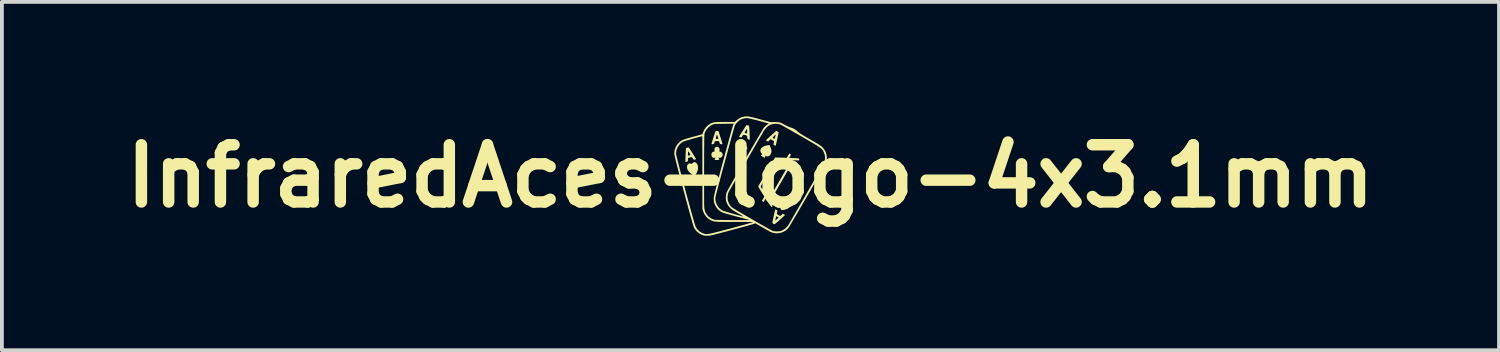
<source format=kicad_pcb>
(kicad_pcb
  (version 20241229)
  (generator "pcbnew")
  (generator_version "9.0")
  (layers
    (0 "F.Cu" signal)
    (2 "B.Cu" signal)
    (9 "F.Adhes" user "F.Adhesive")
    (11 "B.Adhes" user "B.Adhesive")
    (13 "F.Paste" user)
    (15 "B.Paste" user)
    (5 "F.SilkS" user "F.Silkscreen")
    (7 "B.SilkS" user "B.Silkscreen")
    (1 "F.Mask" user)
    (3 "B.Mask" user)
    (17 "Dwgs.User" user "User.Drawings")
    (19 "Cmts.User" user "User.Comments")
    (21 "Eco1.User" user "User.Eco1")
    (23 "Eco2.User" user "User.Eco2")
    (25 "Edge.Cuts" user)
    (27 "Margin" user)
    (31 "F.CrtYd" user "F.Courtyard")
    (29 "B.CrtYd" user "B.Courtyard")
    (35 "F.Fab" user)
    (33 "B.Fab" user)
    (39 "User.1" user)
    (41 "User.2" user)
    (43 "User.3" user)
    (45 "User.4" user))
  (footprint "InfraredAces-logo-4x3.1mm"
    (layer "F.Cu")
    (at 16.621 1.566)
    (property "Reference" "InfraredAces-logo-4x3.1mm" (at 0 0 0) (layer "F.SilkS") (effects (font (size 1.5 1.5) (thickness 0.3))))
    (attr board_only exclude_from_pos_files exclude_from_bom)
    (fp_poly (pts (xy -1.44 -0.357) (xy -1.429 -0.351) (xy -1.4 -0.324) (xy -1.382 -0.287) (xy -1.374 -0.238) (xy -1.374 -0.205) (xy -1.377 -0.173) (xy -1.383 -0.146) (xy -1.394 -0.118) (xy -1.41 -0.084) (xy -1.412 -0.079) (xy -1.428 -0.05) (xy -1.443 -0.027) (xy -1.455 -0.012) (xy -1.459 -0.01) (xy -1.471 -0.013) (xy -1.491 -0.023) (xy -1.518 -0.038) (xy -1.529 -0.045) (xy -1.574 -0.077) (xy -1.607 -0.108) (xy -1.633 -0.142) (xy -1.647 -0.166) (xy -1.66 -0.204) (xy -1.663 -0.243) (xy -1.657 -0.278) (xy -1.641 -0.307) (xy -1.62 -0.325) (xy -1.599 -0.331) (xy -1.575 -0.331) (xy -1.555 -0.326) (xy -1.548 -0.32) (xy -1.541 -0.321) (xy -1.527 -0.331) (xy -1.518 -0.34) (xy -1.492 -0.36) (xy -1.467 -0.365)) (stroke (width 0) (type solid)) (fill yes) (layer "F.SilkS"))
    (fp_poly (pts (xy 0.946 0.564) (xy 0.971 0.576) (xy 0.99 0.587) (xy 1.019 0.607) (xy 1.033 0.622) (xy 1.033 0.634) (xy 1.02 0.645) (xy 1.014 0.647) (xy 0.99 0.657) (xy 1.012 0.671) (xy 1.037 0.694) (xy 1.049 0.724) (xy 1.049 0.758) (xy 1.037 0.792) (xy 1.02 0.816) (xy 0.997 0.838) (xy 0.97 0.856) (xy 0.936 0.87) (xy 0.892 0.882) (xy 0.836 0.892) (xy 0.818 0.893) (xy 0.806 0.885) (xy 0.8 0.875) (xy 0.792 0.855) (xy 0.782 0.827) (xy 0.772 0.795) (xy 0.764 0.764) (xy 0.758 0.74) (xy 0.757 0.728) (xy 0.762 0.689) (xy 0.777 0.654) (xy 0.8 0.626) (xy 0.827 0.606) (xy 0.857 0.596) (xy 0.888 0.599) (xy 0.896 0.603) (xy 0.92 0.615) (xy 0.92 0.588) (xy 0.923 0.57) (xy 0.931 0.563)) (stroke (width 0) (type solid)) (fill yes) (layer "F.SilkS"))
    (fp_poly (pts (xy 0.52 -0.771) (xy 0.536 -0.726) (xy 0.546 -0.691) (xy 0.551 -0.664) (xy 0.551 -0.639) (xy 0.547 -0.615) (xy 0.546 -0.612) (xy 0.532 -0.574) (xy 0.51 -0.544) (xy 0.483 -0.524) (xy 0.453 -0.515) (xy 0.422 -0.52) (xy 0.412 -0.525) (xy 0.391 -0.537) (xy 0.388 -0.509) (xy 0.385 -0.49) (xy 0.379 -0.48) (xy 0.378 -0.479) (xy 0.368 -0.482) (xy 0.349 -0.491) (xy 0.324 -0.505) (xy 0.322 -0.506) (xy 0.293 -0.524) (xy 0.278 -0.538) (xy 0.275 -0.549) (xy 0.284 -0.559) (xy 0.29 -0.562) (xy 0.307 -0.571) (xy 0.31 -0.578) (xy 0.3 -0.588) (xy 0.294 -0.593) (xy 0.278 -0.611) (xy 0.265 -0.635) (xy 0.265 -0.637) (xy 0.26 -0.674) (xy 0.269 -0.708) (xy 0.292 -0.74) (xy 0.326 -0.767) (xy 0.37 -0.788) (xy 0.424 -0.803) (xy 0.461 -0.809) (xy 0.505 -0.813)) (stroke (width 0) (type solid)) (fill yes) (layer "F.SilkS"))
    (fp_poly (pts (xy -0.167 -0.921) (xy -0.159 -0.904) (xy -0.156 -0.895) (xy -0.148 -0.873) (xy -0.135 -0.842) (xy -0.119 -0.809) (xy -0.112 -0.795) (xy -0.098 -0.766) (xy -0.086 -0.742) (xy -0.079 -0.727) (xy -0.078 -0.724) (xy -0.084 -0.718) (xy -0.1 -0.707) (xy -0.123 -0.692) (xy -0.126 -0.69) (xy -0.158 -0.669) (xy -0.193 -0.644) (xy -0.216 -0.627) (xy -0.237 -0.61) (xy -0.254 -0.597) (xy -0.263 -0.593) (xy -0.263 -0.593) (xy -0.269 -0.599) (xy -0.278 -0.617) (xy -0.288 -0.641) (xy -0.302 -0.676) (xy -0.319 -0.714) (xy -0.332 -0.739) (xy -0.345 -0.765) (xy -0.355 -0.786) (xy -0.359 -0.798) (xy -0.359 -0.798) (xy -0.352 -0.808) (xy -0.337 -0.819) (xy -0.333 -0.82) (xy -0.316 -0.83) (xy -0.291 -0.847) (xy -0.261 -0.867) (xy -0.244 -0.88) (xy -0.216 -0.9) (xy -0.193 -0.916) (xy -0.178 -0.926) (xy -0.173 -0.928)) (stroke (width 0) (type solid)) (fill yes) (layer "F.SilkS"))
    (fp_poly (pts (xy -0.786 -1.018) (xy -0.771 -0.969) (xy -0.757 -0.926) (xy -0.746 -0.889) (xy -0.738 -0.862) (xy -0.734 -0.846) (xy -0.733 -0.844) (xy -0.739 -0.837) (xy -0.757 -0.835) (xy -0.766 -0.836) (xy -0.785 -0.838) (xy -0.796 -0.844) (xy -0.804 -0.858) (xy -0.811 -0.877) (xy -0.824 -0.916) (xy -0.877 -0.916) (xy -0.931 -0.916) (xy -0.944 -0.877) (xy -0.952 -0.855) (xy -0.96 -0.843) (xy -0.972 -0.838) (xy -0.989 -0.836) (xy -1.012 -0.836) (xy -1.021 -0.841) (xy -1.021 -0.844) (xy -1.019 -0.854) (xy -1.012 -0.877) (xy -1.002 -0.909) (xy -0.99 -0.95) (xy -0.98 -0.98) (xy -0.91 -0.98) (xy -0.902 -0.976) (xy -0.882 -0.975) (xy -0.878 -0.975) (xy -0.857 -0.976) (xy -0.844 -0.978) (xy -0.842 -0.979) (xy -0.844 -0.99) (xy -0.85 -1.009) (xy -0.857 -1.033) (xy -0.865 -1.058) (xy -0.872 -1.078) (xy -0.877 -1.09) (xy -0.878 -1.092) (xy -0.881 -1.085) (xy -0.887 -1.067) (xy -0.893 -1.047) (xy -0.9 -1.02) (xy -0.907 -0.998) (xy -0.91 -0.988) (xy -0.91 -0.98) (xy -0.98 -0.98) (xy -0.975 -0.997) (xy -0.968 -1.018) (xy -0.915 -1.181) (xy -0.877 -1.181) (xy -0.839 -1.181)) (stroke (width 0) (type solid)) (fill yes) (layer "F.SilkS"))
    (fp_poly (pts (xy -0.848 -0.763) (xy -0.828 -0.747) (xy -0.813 -0.723) (xy -0.807 -0.693) (xy -0.813 -0.661) (xy -0.813 -0.659) (xy -0.814 -0.647) (xy -0.805 -0.643) (xy -0.799 -0.642) (xy -0.769 -0.633) (xy -0.745 -0.611) (xy -0.732 -0.586) (xy -0.727 -0.563) (xy -0.73 -0.544) (xy -0.738 -0.525) (xy -0.758 -0.496) (xy -0.783 -0.48) (xy -0.81 -0.478) (xy -0.818 -0.481) (xy -0.842 -0.49) (xy -0.827 -0.46) (xy -0.819 -0.441) (xy -0.816 -0.428) (xy -0.817 -0.426) (xy -0.826 -0.424) (xy -0.847 -0.422) (xy -0.875 -0.421) (xy -0.877 -0.421) (xy -0.905 -0.422) (xy -0.927 -0.423) (xy -0.938 -0.426) (xy -0.938 -0.426) (xy -0.938 -0.435) (xy -0.931 -0.453) (xy -0.927 -0.462) (xy -0.918 -0.48) (xy -0.916 -0.488) (xy -0.921 -0.487) (xy -0.927 -0.484) (xy -0.954 -0.476) (xy -0.981 -0.483) (xy -0.993 -0.492) (xy -1.013 -0.515) (xy -1.023 -0.544) (xy -1.023 -0.574) (xy -1.014 -0.603) (xy -0.998 -0.625) (xy -0.974 -0.639) (xy -0.957 -0.641) (xy -0.946 -0.643) (xy -0.941 -0.648) (xy -0.941 -0.663) (xy -0.942 -0.684) (xy -0.943 -0.71) (xy -0.94 -0.727) (xy -0.931 -0.741) (xy -0.924 -0.749) (xy -0.899 -0.766) (xy -0.873 -0.77)) (stroke (width 0) (type solid)) (fill yes) (layer "F.SilkS"))
    (fp_poly (pts (xy -0.068 -1.33) (xy -0.035 -1.32) (xy -0.03 -1.265) (xy -0.027 -1.225) (xy -0.024 -1.18) (xy -0.022 -1.133) (xy -0.02 -1.086) (xy -0.018 -1.043) (xy -0.018 -1.005) (xy -0.018 -0.976) (xy -0.019 -0.958) (xy -0.021 -0.952) (xy -0.032 -0.955) (xy -0.051 -0.96) (xy -0.052 -0.96) (xy -0.07 -0.97) (xy -0.08 -0.988) (xy -0.085 -1.018) (xy -0.086 -1.038) (xy -0.088 -1.053) (xy -0.098 -1.062) (xy -0.115 -1.068) (xy -0.15 -1.077) (xy -0.172 -1.081) (xy -0.186 -1.08) (xy -0.196 -1.074) (xy -0.205 -1.061) (xy -0.209 -1.054) (xy -0.221 -1.034) (xy -0.231 -1.02) (xy -0.234 -1.018) (xy -0.247 -1.016) (xy -0.265 -1.018) (xy -0.283 -1.022) (xy -0.295 -1.029) (xy -0.296 -1.031) (xy -0.295 -1.037) (xy -0.289 -1.048) (xy -0.279 -1.065) (xy -0.264 -1.09) (xy -0.243 -1.123) (xy -0.233 -1.138) (xy -0.151 -1.138) (xy -0.145 -1.132) (xy -0.132 -1.128) (xy -0.123 -1.126) (xy -0.09 -1.119) (xy -0.087 -1.148) (xy -0.086 -1.176) (xy -0.087 -1.207) (xy -0.087 -1.211) (xy -0.09 -1.244) (xy -0.12 -1.198) (xy -0.138 -1.168) (xy -0.149 -1.15) (xy -0.151 -1.138) (xy -0.233 -1.138) (xy -0.214 -1.167) (xy -0.179 -1.222) (xy -0.159 -1.253) (xy -0.102 -1.34)) (stroke (width 0) (type solid)) (fill yes) (layer "F.SilkS"))
    (fp_poly (pts (xy 0.694 -1.177) (xy 0.709 -1.169) (xy 0.729 -1.156) (xy 0.737 -1.145) (xy 0.737 -1.135) (xy 0.734 -1.123) (xy 0.729 -1.098) (xy 0.721 -1.063) (xy 0.712 -1.021) (xy 0.702 -0.974) (xy 0.702 -0.971) (xy 0.69 -0.915) (xy 0.68 -0.872) (xy 0.673 -0.841) (xy 0.668 -0.82) (xy 0.664 -0.806) (xy 0.661 -0.799) (xy 0.659 -0.796) (xy 0.657 -0.795) (xy 0.647 -0.799) (xy 0.63 -0.808) (xy 0.627 -0.81) (xy 0.602 -0.825) (xy 0.612 -0.869) (xy 0.622 -0.913) (xy 0.575 -0.94) (xy 0.528 -0.968) (xy 0.495 -0.936) (xy 0.463 -0.904) (xy 0.434 -0.921) (xy 0.417 -0.931) (xy 0.406 -0.939) (xy 0.406 -0.94) (xy 0.411 -0.945) (xy 0.426 -0.96) (xy 0.449 -0.981) (xy 0.472 -1.002) (xy 0.581 -1.002) (xy 0.582 -1.001) (xy 0.595 -0.994) (xy 0.605 -0.986) (xy 0.619 -0.978) (xy 0.63 -0.978) (xy 0.638 -0.989) (xy 0.646 -1.013) (xy 0.65 -1.031) (xy 0.656 -1.058) (xy 0.66 -1.078) (xy 0.661 -1.089) (xy 0.661 -1.089) (xy 0.654 -1.085) (xy 0.64 -1.072) (xy 0.621 -1.053) (xy 0.616 -1.048) (xy 0.597 -1.027) (xy 0.585 -1.011) (xy 0.581 -1.002) (xy 0.472 -1.002) (xy 0.478 -1.007) (xy 0.511 -1.037) (xy 0.546 -1.069) (xy 0.581 -1.101) (xy 0.614 -1.13) (xy 0.643 -1.157) (xy 0.66 -1.172) (xy 0.671 -1.181) (xy 0.681 -1.183)) (stroke (width 0) (type solid)) (fill yes) (layer "F.SilkS"))
    (fp_poly (pts (xy -1.621 -0.749) (xy -1.615 -0.745) (xy -1.605 -0.732) (xy -1.589 -0.708) (xy -1.569 -0.678) (xy -1.545 -0.642) (xy -1.521 -0.604) (xy -1.497 -0.565) (xy -1.474 -0.529) (xy -1.454 -0.496) (xy -1.439 -0.471) (xy -1.429 -0.454) (xy -1.427 -0.449) (xy -1.434 -0.441) (xy -1.451 -0.434) (xy -1.472 -0.43) (xy -1.482 -0.429) (xy -1.49 -0.435) (xy -1.501 -0.451) (xy -1.51 -0.465) (xy -1.521 -0.482) (xy -1.53 -0.493) (xy -1.542 -0.497) (xy -1.56 -0.495) (xy -1.587 -0.489) (xy -1.608 -0.483) (xy -1.638 -0.475) (xy -1.638 -0.433) (xy -1.639 -0.409) (xy -1.643 -0.391) (xy -1.646 -0.386) (xy -1.664 -0.378) (xy -1.684 -0.373) (xy -1.699 -0.373) (xy -1.704 -0.375) (xy -1.705 -0.384) (xy -1.705 -0.406) (xy -1.704 -0.439) (xy -1.703 -0.478) (xy -1.701 -0.522) (xy -1.701 -0.536) (xy -1.638 -0.536) (xy -1.609 -0.541) (xy -1.589 -0.545) (xy -1.575 -0.551) (xy -1.574 -0.552) (xy -1.575 -0.561) (xy -1.583 -0.579) (xy -1.596 -0.603) (xy -1.598 -0.607) (xy -1.613 -0.631) (xy -1.623 -0.644) (xy -1.629 -0.646) (xy -1.632 -0.64) (xy -1.633 -0.638) (xy -1.635 -0.62) (xy -1.637 -0.594) (xy -1.638 -0.578) (xy -1.638 -0.536) (xy -1.701 -0.536) (xy -1.699 -0.568) (xy -1.697 -0.613) (xy -1.695 -0.654) (xy -1.693 -0.689) (xy -1.691 -0.715) (xy -1.689 -0.729) (xy -1.689 -0.73) (xy -1.679 -0.739) (xy -1.66 -0.746) (xy -1.639 -0.749)) (stroke (width 0) (type solid)) (fill yes) (layer "F.SilkS"))
    (fp_poly (pts (xy 0.658 0.877) (xy 0.673 0.884) (xy 0.691 0.894) (xy 0.705 0.902) (xy 0.71 0.907) (xy 0.708 0.915) (xy 0.703 0.933) (xy 0.699 0.949) (xy 0.693 0.971) (xy 0.692 0.985) (xy 0.697 0.995) (xy 0.711 1.006) (xy 0.736 1.021) (xy 0.743 1.025) (xy 0.78 1.046) (xy 0.813 1.018) (xy 0.832 1.003) (xy 0.847 0.993) (xy 0.852 0.99) (xy 0.863 0.994) (xy 0.88 1.003) (xy 0.895 1.012) (xy 0.904 1.02) (xy 0.905 1.022) (xy 0.899 1.029) (xy 0.884 1.044) (xy 0.86 1.066) (xy 0.831 1.092) (xy 0.798 1.122) (xy 0.763 1.153) (xy 0.729 1.183) (xy 0.696 1.211) (xy 0.668 1.234) (xy 0.647 1.252) (xy 0.633 1.261) (xy 0.63 1.263) (xy 0.617 1.258) (xy 0.599 1.249) (xy 0.597 1.247) (xy 0.58 1.232) (xy 0.576 1.216) (xy 0.576 1.215) (xy 0.579 1.198) (xy 0.584 1.17) (xy 0.586 1.161) (xy 0.649 1.161) (xy 0.652 1.162) (xy 0.664 1.154) (xy 0.684 1.14) (xy 0.693 1.132) (xy 0.715 1.112) (xy 0.732 1.097) (xy 0.74 1.088) (xy 0.741 1.087) (xy 0.735 1.083) (xy 0.72 1.074) (xy 0.702 1.064) (xy 0.685 1.056) (xy 0.676 1.053) (xy 0.676 1.053) (xy 0.673 1.06) (xy 0.668 1.078) (xy 0.663 1.1) (xy 0.658 1.128) (xy 0.652 1.15) (xy 0.649 1.161) (xy 0.586 1.161) (xy 0.592 1.134) (xy 0.601 1.093) (xy 0.61 1.049) (xy 0.62 1.005) (xy 0.629 0.963) (xy 0.638 0.927) (xy 0.644 0.898) (xy 0.649 0.88) (xy 0.651 0.875)) (stroke (width 0) (type solid)) (fill yes) (layer "F.SilkS"))
    (fp_poly (pts (xy 1.026 -0.59) (xy 1.039 -0.582) (xy 1.052 -0.571) (xy 1.06 -0.562) (xy 1.061 -0.561) (xy 1.057 -0.551) (xy 1.047 -0.532) (xy 1.038 -0.517) (xy 1.014 -0.48) (xy 1.067 -0.475) (xy 1.102 -0.472) (xy 1.144 -0.47) (xy 1.181 -0.469) (xy 1.222 -0.468) (xy 1.25 -0.465) (xy 1.267 -0.46) (xy 1.276 -0.453) (xy 1.279 -0.441) (xy 1.279 -0.435) (xy 1.279 -0.411) (xy 1.13 -0.414) (xy 0.981 -0.417) (xy 0.958 -0.377) (xy 0.935 -0.336) (xy 0.993 -0.303) (xy 1.051 -0.269) (xy 0.827 0.119) (xy 0.786 0.19) (xy 0.747 0.257) (xy 0.711 0.319) (xy 0.679 0.375) (xy 0.651 0.422) (xy 0.628 0.461) (xy 0.612 0.49) (xy 0.601 0.507) (xy 0.598 0.512) (xy 0.59 0.51) (xy 0.571 0.502) (xy 0.547 0.489) (xy 0.537 0.484) (xy 0.511 0.47) (xy 0.49 0.461) (xy 0.477 0.457) (xy 0.476 0.458) (xy 0.469 0.468) (xy 0.458 0.486) (xy 0.45 0.5) (xy 0.43 0.536) (xy 0.45 0.566) (xy 0.462 0.584) (xy 0.479 0.612) (xy 0.5 0.647) (xy 0.523 0.684) (xy 0.528 0.693) (xy 0.551 0.731) (xy 0.566 0.758) (xy 0.574 0.776) (xy 0.578 0.787) (xy 0.577 0.795) (xy 0.572 0.8) (xy 0.571 0.8) (xy 0.559 0.809) (xy 0.553 0.811) (xy 0.547 0.805) (xy 0.534 0.789) (xy 0.517 0.766) (xy 0.506 0.751) (xy 0.482 0.716) (xy 0.456 0.678) (xy 0.434 0.644) (xy 0.43 0.638) (xy 0.396 0.585) (xy 0.373 0.632) (xy 0.36 0.655) (xy 0.35 0.672) (xy 0.344 0.678) (xy 0.335 0.674) (xy 0.321 0.664) (xy 0.302 0.65) (xy 0.334 0.592) (xy 0.365 0.534) (xy 0.283 0.406) (xy 0.259 0.369) (xy 0.331 0.369) (xy 0.333 0.376) (xy 0.342 0.393) (xy 0.354 0.414) (xy 0.369 0.437) (xy 0.382 0.458) (xy 0.393 0.472) (xy 0.397 0.476) (xy 0.404 0.47) (xy 0.414 0.455) (xy 0.414 0.454) (xy 0.422 0.438) (xy 0.427 0.428) (xy 0.422 0.422) (xy 0.408 0.412) (xy 0.387 0.398) (xy 0.366 0.385) (xy 0.346 0.374) (xy 0.334 0.369) (xy 0.331 0.369) (xy 0.259 0.369) (xy 0.255 0.361) (xy 0.234 0.328) (xy 0.22 0.303) (xy 0.212 0.286) (xy 0.208 0.274) (xy 0.266 0.274) (xy 0.29 0.313) (xy 0.303 0.333) (xy 0.313 0.346) (xy 0.316 0.349) (xy 0.321 0.342) (xy 0.329 0.328) (xy 0.396 0.328) (xy 0.401 0.334) (xy 0.418 0.346) (xy 0.441 0.362) (xy 0.47 0.38) (xy 0.5 0.398) (xy 0.528 0.414) (xy 0.552 0.427) (xy 0.569 0.435) (xy 0.574 0.436) (xy 0.579 0.43) (xy 0.591 0.411) (xy 0.61 0.381) (xy 0.634 0.342) (xy 0.662 0.294) (xy 0.695 0.239) (xy 0.73 0.178) (xy 0.768 0.113) (xy 0.776 0.099) (xy 0.814 0.033) (xy 0.849 -0.029) (xy 0.882 -0.086) (xy 0.911 -0.136) (xy 0.935 -0.178) (xy 0.954 -0.211) (xy 0.966 -0.233) (xy 0.972 -0.243) (xy 0.972 -0.243) (xy 0.967 -0.249) (xy 0.951 -0.26) (xy 0.927 -0.275) (xy 0.899 -0.292) (xy 0.869 -0.31) (xy 0.84 -0.327) (xy 0.815 -0.34) (xy 0.797 -0.348) (xy 0.79 -0.35) (xy 0.785 -0.343) (xy 0.774 -0.324) (xy 0.756 -0.295) (xy 0.733 -0.257) (xy 0.706 -0.212) (xy 0.676 -0.161) (xy 0.644 -0.105) (xy 0.611 -0.048) (xy 0.576 0.011) (xy 0.543 0.069) (xy 0.51 0.125) (xy 0.48 0.177) (xy 0.453 0.224) (xy 0.431 0.264) (xy 0.413 0.296) (xy 0.401 0.318) (xy 0.396 0.328) (xy 0.396 0.328) (xy 0.329 0.328) (xy 0.332 0.323) (xy 0.35 0.292) (xy 0.373 0.252) (xy 0.402 0.203) (xy 0.434 0.147) (xy 0.471 0.084) (xy 0.51 0.016) (xy 0.542 -0.039) (xy 0.765 -0.425) (xy 0.737 -0.429) (xy 0.776 -0.429) (xy 0.827 -0.398) (xy 0.852 -0.384) (xy 0.871 -0.373) (xy 0.882 -0.367) (xy 0.882 -0.367) (xy 0.889 -0.373) (xy 0.901 -0.387) (xy 0.904 -0.392) (xy 0.92 -0.417) (xy 0.902 -0.422) (xy 0.886 -0.425) (xy 0.86 -0.427) (xy 0.831 -0.428) (xy 0.776 -0.429) (xy 0.737 -0.429) (xy 0.724 -0.43) (xy 0.693 -0.432) (xy 0.676 -0.428) (xy 0.674 -0.426) (xy 0.668 -0.418) (xy 0.656 -0.397) (xy 0.637 -0.366) (xy 0.613 -0.325) (xy 0.584 -0.276) (xy 0.551 -0.219) (xy 0.515 -0.157) (xy 0.477 -0.091) (xy 0.465 -0.071) (xy 0.266 0.274) (xy 0.208 0.274) (xy 0.208 0.274) (xy 0.209 0.266) (xy 0.21 0.262) (xy 0.216 0.252) (xy 0.228 0.23) (xy 0.247 0.198) (xy 0.272 0.155) (xy 0.301 0.105) (xy 0.334 0.047) (xy 0.371 -0.016) (xy 0.41 -0.084) (xy 0.431 -0.121) (xy 0.644 -0.487) (xy 0.768 -0.485) (xy 0.813 -0.484) (xy 0.855 -0.483) (xy 0.889 -0.481) (xy 0.914 -0.48) (xy 0.921 -0.479) (xy 0.935 -0.477) (xy 0.945 -0.479) (xy 0.955 -0.488) (xy 0.966 -0.504) (xy 0.983 -0.532) (xy 0.998 -0.558) (xy 1.01 -0.578) (xy 1.017 -0.59) (xy 1.018 -0.591)) (stroke (width 0) (type solid)) (fill yes) (layer "F.SilkS"))
    (fp_poly (pts (xy -0.074 -1.565) (xy -0.05 -1.563) (xy -0.02 -1.558) (xy 0.02 -1.549) (xy 0.069 -1.538) (xy 0.129 -1.523) (xy 0.202 -1.503) (xy 0.253 -1.489) (xy 0.519 -1.417) (xy 0.636 -1.416) (xy 0.683 -1.415) (xy 0.721 -1.413) (xy 0.752 -1.409) (xy 0.78 -1.403) (xy 0.81 -1.392) (xy 0.843 -1.375) (xy 0.885 -1.353) (xy 0.912 -1.338) (xy 0.953 -1.317) (xy 0.994 -1.298) (xy 1.033 -1.281) (xy 1.061 -1.272) (xy 1.111 -1.254) (xy 1.155 -1.233) (xy 1.196 -1.204) (xy 1.24 -1.166) (xy 1.257 -1.152) (xy 1.278 -1.136) (xy 1.305 -1.117) (xy 1.339 -1.095) (xy 1.381 -1.069) (xy 1.433 -1.038) (xy 1.496 -1.002) (xy 1.563 -0.963) (xy 1.634 -0.923) (xy 1.692 -0.889) (xy 1.74 -0.861) (xy 1.778 -0.837) (xy 1.809 -0.818) (xy 1.833 -0.801) (xy 1.853 -0.786) (xy 1.87 -0.772) (xy 1.885 -0.759) (xy 1.887 -0.756) (xy 1.938 -0.696) (xy 1.974 -0.629) (xy 1.996 -0.558) (xy 2.003 -0.481) (xy 2.002 -0.456) (xy 1.998 -0.42) (xy 1.992 -0.383) (xy 1.985 -0.354) (xy 1.984 -0.353) (xy 1.978 -0.34) (xy 1.965 -0.315) (xy 1.945 -0.278) (xy 1.919 -0.231) (xy 1.887 -0.174) (xy 1.851 -0.109) (xy 1.81 -0.037) (xy 1.765 0.041) (xy 1.717 0.125) (xy 1.667 0.213) (xy 1.614 0.304) (xy 1.561 0.398) (xy 1.506 0.492) (xy 1.451 0.587) (xy 1.397 0.681) (xy 1.343 0.773) (xy 1.291 0.862) (xy 1.242 0.947) (xy 1.195 1.027) (xy 1.151 1.101) (xy 1.111 1.169) (xy 1.076 1.228) (xy 1.046 1.278) (xy 1.022 1.318) (xy 1.004 1.347) (xy 0.993 1.364) (xy 0.99 1.367) (xy 0.936 1.418) (xy 0.874 1.457) (xy 0.805 1.484) (xy 0.732 1.498) (xy 0.658 1.499) (xy 0.585 1.485) (xy 0.549 1.472) (xy 0.53 1.464) (xy 0.5 1.448) (xy 0.461 1.427) (xy 0.415 1.402) (xy 0.366 1.374) (xy 0.317 1.346) (xy 0.13 1.238) (xy 0.055 1.263) (xy 0.035 1.269) (xy 0.001 1.279) (xy -0.045 1.292) (xy -0.102 1.308) (xy -0.168 1.326) (xy -0.242 1.346) (xy -0.321 1.368) (xy -0.406 1.391) (xy -0.494 1.414) (xy -0.53 1.424) (xy -0.633 1.452) (xy -0.721 1.475) (xy -0.797 1.495) (xy -0.861 1.512) (xy -0.916 1.526) (xy -0.961 1.537) (xy -0.998 1.546) (xy -1.028 1.553) (xy -1.053 1.558) (xy -1.074 1.561) (xy -1.092 1.563) (xy -1.108 1.564) (xy -1.111 1.564) (xy -1.155 1.564) (xy -1.195 1.561) (xy -1.222 1.557) (xy -1.289 1.533) (xy -1.352 1.496) (xy -1.408 1.449) (xy -1.454 1.394) (xy -1.48 1.349) (xy -1.486 1.333) (xy -1.496 1.303) (xy -1.509 1.261) (xy -1.525 1.206) (xy -1.543 1.142) (xy -1.564 1.068) (xy -1.587 0.986) (xy -1.612 0.896) (xy -1.638 0.802) (xy -1.665 0.702) (xy -1.693 0.599) (xy -1.721 0.494) (xy -1.75 0.388) (xy -1.778 0.281) (xy -1.806 0.176) (xy -1.833 0.074) (xy -1.86 -0.026) (xy -1.884 -0.12) (xy -1.907 -0.209) (xy -1.928 -0.291) (xy -1.947 -0.365) (xy -1.963 -0.429) (xy -1.976 -0.483) (xy -1.986 -0.525) (xy -1.992 -0.555) (xy -1.994 -0.57) (xy -1.994 -0.578) (xy -1.948 -0.578) (xy -1.945 -0.561) (xy -1.939 -0.532) (xy -1.929 -0.489) (xy -1.916 -0.435) (xy -1.9 -0.37) (xy -1.881 -0.297) (xy -1.86 -0.215) (xy -1.837 -0.126) (xy -1.812 -0.032) (xy -1.786 0.067) (xy -1.759 0.169) (xy -1.731 0.274) (xy -1.702 0.38) (xy -1.674 0.486) (xy -1.645 0.59) (xy -1.617 0.693) (xy -1.59 0.791) (xy -1.564 0.886) (xy -1.54 0.974) (xy -1.517 1.056) (xy -1.496 1.129) (xy -1.478 1.194) (xy -1.462 1.247) (xy -1.449 1.29) (xy -1.439 1.32) (xy -1.433 1.335) (xy -1.433 1.336) (xy -1.393 1.395) (xy -1.342 1.444) (xy -1.282 1.483) (xy -1.216 1.509) (xy -1.199 1.513) (xy -1.183 1.517) (xy -1.165 1.519) (xy -1.146 1.519) (xy -1.124 1.518) (xy -1.097 1.515) (xy -1.066 1.51) (xy -1.028 1.502) (xy -0.983 1.492) (xy -0.929 1.479) (xy -0.866 1.463) (xy -0.792 1.444) (xy -0.706 1.421) (xy -0.607 1.395) (xy -0.495 1.365) (xy -0.405 1.341) (xy -0.32 1.317) (xy -0.239 1.296) (xy -0.166 1.275) (xy -0.1 1.257) (xy -0.044 1.241) (xy 0.002 1.228) (xy 0.036 1.218) (xy 0.058 1.211) (xy 0.066 1.209) (xy 0.06 1.207) (xy 0.039 1.205) (xy 0.002 1.204) (xy -0.049 1.203) (xy -0.114 1.202) (xy -0.193 1.201) (xy -0.286 1.201) (xy -0.393 1.201) (xy -0.414 1.201) (xy -0.519 1.201) (xy -0.609 1.201) (xy -0.687 1.2) (xy -0.752 1.2) (xy -0.807 1.199) (xy -0.853 1.197) (xy -0.891 1.195) (xy -0.922 1.192) (xy -0.948 1.189) (xy -0.97 1.185) (xy -0.988 1.179) (xy -1.005 1.173) (xy -1.022 1.166) (xy -1.039 1.157) (xy -1.043 1.155) (xy -1.107 1.114) (xy -1.162 1.062) (xy -1.206 0.999) (xy -1.238 0.928) (xy -1.242 0.917) (xy -1.259 0.862) (xy -1.259 0.163) (xy -1.215 0.163) (xy -1.215 0.299) (xy -1.215 0.42) (xy -1.215 0.526) (xy -1.214 0.618) (xy -1.214 0.694) (xy -1.213 0.755) (xy -1.212 0.801) (xy -1.21 0.832) (xy -1.209 0.845) (xy -1.192 0.918) (xy -1.162 0.984) (xy -1.119 1.041) (xy -1.111 1.049) (xy -1.069 1.084) (xy -1.019 1.114) (xy -0.968 1.137) (xy -0.936 1.146) (xy -0.923 1.147) (xy -0.898 1.148) (xy -0.861 1.149) (xy -0.814 1.149) (xy -0.759 1.15) (xy -0.697 1.151) (xy -0.63 1.152) (xy -0.56 1.152) (xy -0.488 1.152) (xy -0.416 1.153) (xy -0.345 1.153) (xy -0.278 1.153) (xy -0.215 1.153) (xy -0.159 1.153) (xy -0.11 1.153) (xy -0.072 1.152) (xy -0.044 1.151) (xy -0.029 1.151) (xy -0.027 1.15) (xy -0.036 1.147) (xy -0.059 1.141) (xy -0.093 1.132) (xy -0.138 1.12) (xy -0.191 1.106) (xy -0.252 1.089) (xy -0.318 1.072) (xy -0.359 1.061) (xy -0.429 1.042) (xy -0.496 1.024) (xy -0.558 1.007) (xy -0.613 0.991) (xy -0.659 0.978) (xy -0.694 0.967) (xy -0.718 0.96) (xy -0.724 0.958) (xy -0.763 0.938) (xy -0.805 0.91) (xy -0.844 0.878) (xy -0.866 0.855) (xy -0.91 0.794) (xy -0.94 0.732) (xy -0.957 0.665) (xy -0.962 0.601) (xy -0.919 0.601) (xy -0.916 0.63) (xy -0.915 0.638) (xy -0.897 0.708) (xy -0.867 0.772) (xy -0.826 0.829) (xy -0.775 0.876) (xy -0.729 0.904) (xy -0.715 0.91) (xy -0.688 0.918) (xy -0.651 0.93) (xy -0.605 0.944) (xy -0.553 0.959) (xy -0.497 0.975) (xy -0.439 0.992) (xy -0.381 1.008) (xy -0.325 1.024) (xy -0.275 1.037) (xy -0.231 1.049) (xy -0.196 1.058) (xy -0.188 1.06) (xy -0.189 1.056) (xy -0.191 1.054) (xy -0.2 1.048) (xy -0.22 1.036) (xy -0.25 1.018) (xy -0.287 0.997) (xy -0.329 0.972) (xy -0.343 0.964) (xy -0.396 0.933) (xy -0.437 0.909) (xy -0.469 0.888) (xy -0.494 0.869) (xy -0.516 0.85) (xy -0.536 0.831) (xy -0.537 0.83) (xy -0.587 0.768) (xy -0.622 0.701) (xy -0.64 0.64) (xy -0.645 0.595) (xy -0.645 0.543) (xy -0.645 0.542) (xy -0.6 0.542) (xy -0.598 0.606) (xy -0.585 0.663) (xy -0.556 0.731) (xy -0.517 0.788) (xy -0.488 0.817) (xy -0.475 0.826) (xy -0.45 0.842) (xy -0.413 0.865) (xy -0.368 0.892) (xy -0.314 0.924) (xy -0.253 0.96) (xy -0.187 0.999) (xy -0.116 1.041) (xy -0.043 1.083) (xy 0.033 1.127) (xy 0.108 1.17) (xy 0.183 1.213) (xy 0.255 1.254) (xy 0.324 1.293) (xy 0.387 1.329) (xy 0.445 1.361) (xy 0.494 1.389) (xy 0.535 1.411) (xy 0.566 1.427) (xy 0.585 1.436) (xy 0.589 1.438) (xy 0.622 1.445) (xy 0.665 1.448) (xy 0.706 1.448) (xy 0.744 1.447) (xy 0.773 1.444) (xy 0.796 1.438) (xy 0.821 1.429) (xy 0.836 1.422) (xy 0.881 1.396) (xy 0.924 1.363) (xy 0.962 1.326) (xy 0.986 1.295) (xy 0.998 1.276) (xy 1.016 1.246) (xy 1.04 1.205) (xy 1.07 1.154) (xy 1.104 1.094) (xy 1.144 1.026) (xy 1.186 0.952) (xy 1.232 0.873) (xy 1.281 0.788) (xy 1.332 0.7) (xy 1.384 0.61) (xy 1.437 0.518) (xy 1.49 0.425) (xy 1.543 0.333) (xy 1.595 0.243) (xy 1.645 0.155) (xy 1.693 0.071) (xy 1.738 -0.009) (xy 1.78 -0.083) (xy 1.819 -0.15) (xy 1.852 -0.209) (xy 1.881 -0.26) (xy 1.904 -0.301) (xy 1.92 -0.331) (xy 1.93 -0.349) (xy 1.932 -0.353) (xy 1.951 -0.42) (xy 1.956 -0.491) (xy 1.946 -0.561) (xy 1.922 -0.63) (xy 1.918 -0.639) (xy 1.909 -0.656) (xy 1.899 -0.671) (xy 1.888 -0.687) (xy 1.875 -0.702) (xy 1.858 -0.718) (xy 1.837 -0.736) (xy 1.811 -0.755) (xy 1.779 -0.777) (xy 1.739 -0.803) (xy 1.691 -0.832) (xy 1.635 -0.866) (xy 1.568 -0.905) (xy 1.491 -0.95) (xy 1.402 -1.002) (xy 1.31 -1.055) (xy 1.229 -1.102) (xy 1.151 -1.146) (xy 1.078 -1.188) (xy 1.01 -1.227) (xy 0.948 -1.261) (xy 0.895 -1.291) (xy 0.85 -1.316) (xy 0.816 -1.335) (xy 0.793 -1.347) (xy 0.784 -1.351) (xy 0.723 -1.367) (xy 0.657 -1.371) (xy 0.589 -1.364) (xy 0.524 -1.345) (xy 0.496 -1.332) (xy 0.459 -1.308) (xy 0.421 -1.273) (xy 0.384 -1.232) (xy 0.354 -1.189) (xy 0.352 -1.187) (xy 0.331 -1.151) (xy 0.304 -1.104) (xy 0.272 -1.049) (xy 0.235 -0.985) (xy 0.193 -0.914) (xy 0.149 -0.836) (xy 0.101 -0.754) (xy 0.051 -0.668) (xy -0.00041 -0.578) (xy -0.053 -0.487) (xy -0.106 -0.394) (xy -0.159 -0.302) (xy -0.212 -0.211) (xy -0.263 -0.122) (xy -0.312 -0.036) (xy -0.359 0.046) (xy -0.403 0.122) (xy -0.443 0.192) (xy -0.478 0.254) (xy -0.509 0.309) (xy -0.535 0.353) (xy -0.554 0.388) (xy -0.566 0.41) (xy -0.572 0.42) (xy -0.591 0.478) (xy -0.6 0.542) (xy -0.645 0.542) (xy -0.64 0.49) (xy -0.631 0.443) (xy -0.626 0.429) (xy -0.62 0.416) (xy -0.607 0.391) (xy -0.587 0.355) (xy -0.561 0.308) (xy -0.529 0.252) (xy -0.493 0.188) (xy -0.452 0.116) (xy -0.408 0.038) (xy -0.36 -0.046) (xy -0.31 -0.133) (xy -0.258 -0.224) (xy -0.205 -0.317) (xy -0.15 -0.411) (xy -0.096 -0.505) (xy -0.042 -0.598) (xy 0.011 -0.69) (xy 0.062 -0.778) (xy 0.111 -0.862) (xy 0.157 -0.941) (xy 0.2 -1.015) (xy 0.239 -1.081) (xy 0.273 -1.139) (xy 0.302 -1.188) (xy 0.326 -1.227) (xy 0.343 -1.254) (xy 0.353 -1.269) (xy 0.354 -1.271) (xy 0.378 -1.298) (xy 0.408 -1.326) (xy 0.435 -1.347) (xy 0.458 -1.363) (xy 0.474 -1.374) (xy 0.48 -1.38) (xy 0.48 -1.38) (xy 0.472 -1.382) (xy 0.45 -1.388) (xy 0.417 -1.396) (xy 0.374 -1.408) (xy 0.323 -1.421) (xy 0.266 -1.437) (xy 0.213 -1.451) (xy 0.129 -1.473) (xy 0.059 -1.49) (xy 0.002 -1.504) (xy -0.042 -1.513) (xy -0.073 -1.519) (xy -0.093 -1.521) (xy -0.152 -1.515) (xy -0.213 -1.499) (xy -0.267 -1.476) (xy -0.302 -1.452) (xy -0.34 -1.418) (xy -0.374 -1.379) (xy -0.401 -1.341) (xy -0.409 -1.324) (xy -0.413 -1.312) (xy -0.421 -1.287) (xy -0.432 -1.248) (xy -0.446 -1.198) (xy -0.463 -1.138) (xy -0.482 -1.068) (xy -0.504 -0.99) (xy -0.527 -0.905) (xy -0.552 -0.814) (xy -0.578 -0.718) (xy -0.605 -0.619) (xy -0.633 -0.517) (xy -0.661 -0.414) (xy -0.689 -0.311) (xy -0.717 -0.209) (xy -0.744 -0.108) (xy -0.77 -0.011) (xy -0.794 0.081) (xy -0.817 0.168) (xy -0.839 0.248) (xy -0.858 0.321) (xy -0.874 0.384) (xy -0.888 0.437) (xy -0.899 0.479) (xy -0.906 0.509) (xy -0.907 0.51) (xy -0.915 0.547) (xy -0.918 0.575) (xy -0.919 0.601) (xy -0.962 0.601) (xy -0.962 0.597) (xy -0.962 0.586) (xy -0.962 0.574) (xy -0.961 0.562) (xy -0.959 0.548) (xy -0.956 0.531) (xy -0.952 0.51) (xy -0.946 0.485) (xy -0.939 0.454) (xy -0.93 0.417) (xy -0.919 0.373) (xy -0.906 0.321) (xy -0.89 0.26) (xy -0.871 0.189) (xy -0.85 0.108) (xy -0.825 0.016) (xy -0.797 -0.089) (xy -0.766 -0.207) (xy -0.73 -0.338) (xy -0.718 -0.382) (xy -0.687 -0.499) (xy -0.657 -0.612) (xy -0.627 -0.72) (xy -0.599 -0.823) (xy -0.573 -0.919) (xy -0.549 -1.007) (xy -0.526 -1.087) (xy -0.507 -1.158) (xy -0.49 -1.218) (xy -0.476 -1.266) (xy -0.465 -1.302) (xy -0.458 -1.325) (xy -0.456 -1.332) (xy -0.437 -1.374) (xy -0.692 -1.371) (xy -0.762 -1.37) (xy -0.819 -1.369) (xy -0.863 -1.368) (xy -0.898 -1.367) (xy -0.924 -1.366) (xy -0.944 -1.364) (xy -0.96 -1.361) (xy -0.973 -1.357) (xy -0.985 -1.353) (xy -0.991 -1.35) (xy -1.051 -1.318) (xy -1.106 -1.272) (xy -1.152 -1.218) (xy -1.187 -1.157) (xy -1.199 -1.127) (xy -1.201 -1.121) (xy -1.203 -1.112) (xy -1.205 -1.101) (xy -1.206 -1.087) (xy -1.207 -1.068) (xy -1.208 -1.044) (xy -1.209 -1.015) (xy -1.21 -0.978) (xy -1.211 -0.934) (xy -1.212 -0.882) (xy -1.212 -0.82) (xy -1.213 -0.748) (xy -1.213 -0.665) (xy -1.214 -0.57) (xy -1.214 -0.462) (xy -1.214 -0.341) (xy -1.215 -0.205) (xy -1.215 -0.152) (xy -1.215 0.013) (xy -1.215 0.163) (xy -1.259 0.163) (xy -1.259 -0.092) (xy -1.26 -0.212) (xy -1.26 -0.328) (xy -1.26 -0.439) (xy -1.26 -0.544) (xy -1.26 -0.641) (xy -1.26 -0.73) (xy -1.261 -0.81) (xy -1.261 -0.88) (xy -1.261 -0.939) (xy -1.262 -0.985) (xy -1.262 -1.019) (xy -1.263 -1.04) (xy -1.263 -1.045) (xy -1.275 -1.043) (xy -1.3 -1.037) (xy -1.335 -1.028) (xy -1.378 -1.017) (xy -1.427 -1.003) (xy -1.479 -0.989) (xy -1.533 -0.974) (xy -1.585 -0.958) (xy -1.635 -0.944) (xy -1.678 -0.931) (xy -1.714 -0.92) (xy -1.74 -0.912) (xy -1.753 -0.907) (xy -1.811 -0.872) (xy -1.861 -0.824) (xy -1.901 -0.768) (xy -1.93 -0.706) (xy -1.946 -0.639) (xy -1.948 -0.578) (xy -1.994 -0.578) (xy -1.994 -0.633) (xy -1.983 -0.692) (xy -1.962 -0.754) (xy -1.953 -0.772) (xy -1.919 -0.828) (xy -1.873 -0.88) (xy -1.821 -0.923) (xy -1.785 -0.944) (xy -1.763 -0.953) (xy -1.728 -0.965) (xy -1.681 -0.98) (xy -1.624 -0.997) (xy -1.559 -1.015) (xy -1.507 -1.03) (xy -1.449 -1.045) (xy -1.395 -1.06) (xy -1.349 -1.073) (xy -1.31 -1.084) (xy -1.282 -1.092) (xy -1.267 -1.097) (xy -1.264 -1.098) (xy -1.256 -1.108) (xy -1.247 -1.129) (xy -1.24 -1.149) (xy -1.214 -1.209) (xy -1.176 -1.266) (xy -1.128 -1.318) (xy -1.074 -1.359) (xy -1.053 -1.372) (xy -1.029 -1.384) (xy -1.006 -1.394) (xy -0.983 -1.402) (xy -0.958 -1.408) (xy -0.928 -1.413) (xy -0.892 -1.416) (xy -0.848 -1.418) (xy -0.794 -1.419) (xy -0.727 -1.419) (xy -0.664 -1.419) (xy -0.412 -1.419) (xy -0.367 -1.46) (xy -0.302 -1.509) (xy -0.233 -1.543) (xy -0.159 -1.562) (xy -0.081 -1.566)) (stroke (width 0) (type solid)) (fill yes) (layer "F.SilkS")))
  (gr_rect
    (start -3 -3)
    (end 36.243 6.13)
    (stroke (width 0.1) (type default))
    (fill no)
    (layer "Edge.Cuts")))
</source>
